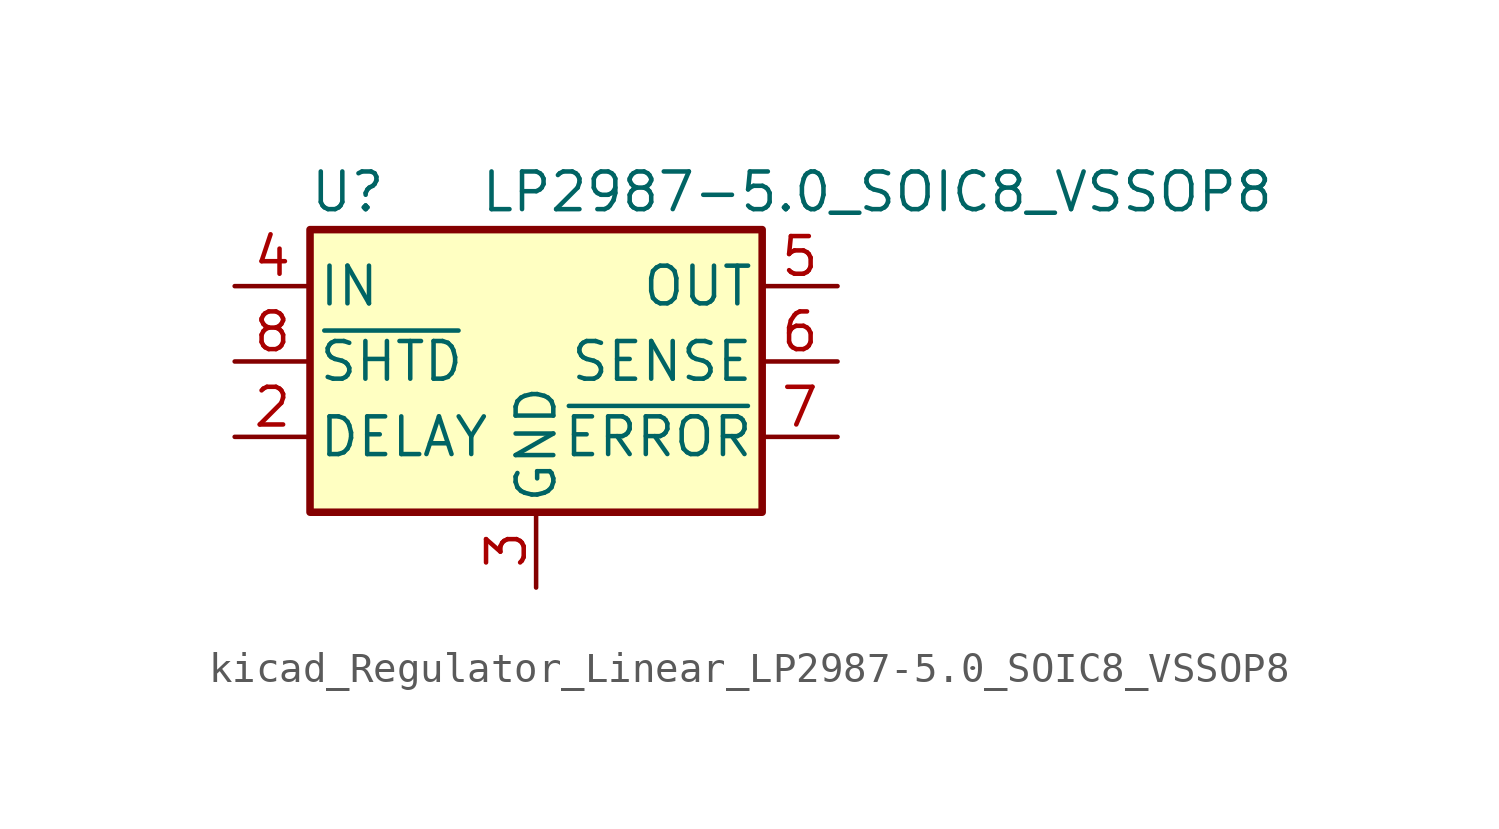
<source format=kicad_sym>
(kicad_symbol_lib
  (version 20220914)
  (generator kicad_symbol_editor)
  (symbol "kicad_Regulator_Linear_LP2987-5.0_SOIC8_VSSOP8"
    (pin_names
      (offset 0.254))
    (property "Reference" "U"
      (at -6.35 5.715 0)
      (effects (font (size 1.27 1.27))))
    (property "Value" "LP2987-5.0_SOIC8_VSSOP8"
      (at -1.905 5.715 0)
      (effects (font (size 1.27 1.27)) (justify left)))
    (symbol "kicad_Regulator_Linear_LP2987-5.0_SOIC8_VSSOP8_0_1"
      (rectangle (start -7.62 4.445) (end 7.62 -5.08) (stroke (width 0.254) (type default)) (fill (type background))))
    (symbol "kicad_Regulator_Linear_LP2987-5.0_SOIC8_VSSOP8_1_1"
      (pin no_connect line (at -2.54 -5.08 90) (length 2.54) hide (name "NC" (effects (font (size 1.27 1.27)))) (number "1" (effects (font (size 1.27 1.27)))))
      (pin passive line (at -10.16 -2.54 0) (length 2.54) (name "DELAY" (effects (font (size 1.27 1.27)))) (number "2" (effects (font (size 1.27 1.27)))))
      (pin power_in line (at 0 -7.62 90) (length 2.54) (name "GND" (effects (font (size 1.27 1.27)))) (number "3" (effects (font (size 1.27 1.27)))))
      (pin power_in line (at -10.16 2.54 0) (length 2.54) (name "IN" (effects (font (size 1.27 1.27)))) (number "4" (effects (font (size 1.27 1.27)))))
      (pin power_out line (at 10.16 2.54 180) (length 2.54) (name "OUT" (effects (font (size 1.27 1.27)))) (number "5" (effects (font (size 1.27 1.27)))))
      (pin input line (at 10.16 0 180) (length 2.54) (name "SENSE" (effects (font (size 1.27 1.27)))) (number "6" (effects (font (size 1.27 1.27)))))
      (pin output line (at 10.16 -2.54 180) (length 2.54) (name "~{ERROR}" (effects (font (size 1.27 1.27)))) (number "7" (effects (font (size 1.27 1.27)))))
      (pin input line (at -10.16 0 0) (length 2.54) (name "~{SHTD}" (effects (font (size 1.27 1.27)))) (number "8" (effects (font (size 1.27 1.27))))))))
</source>
